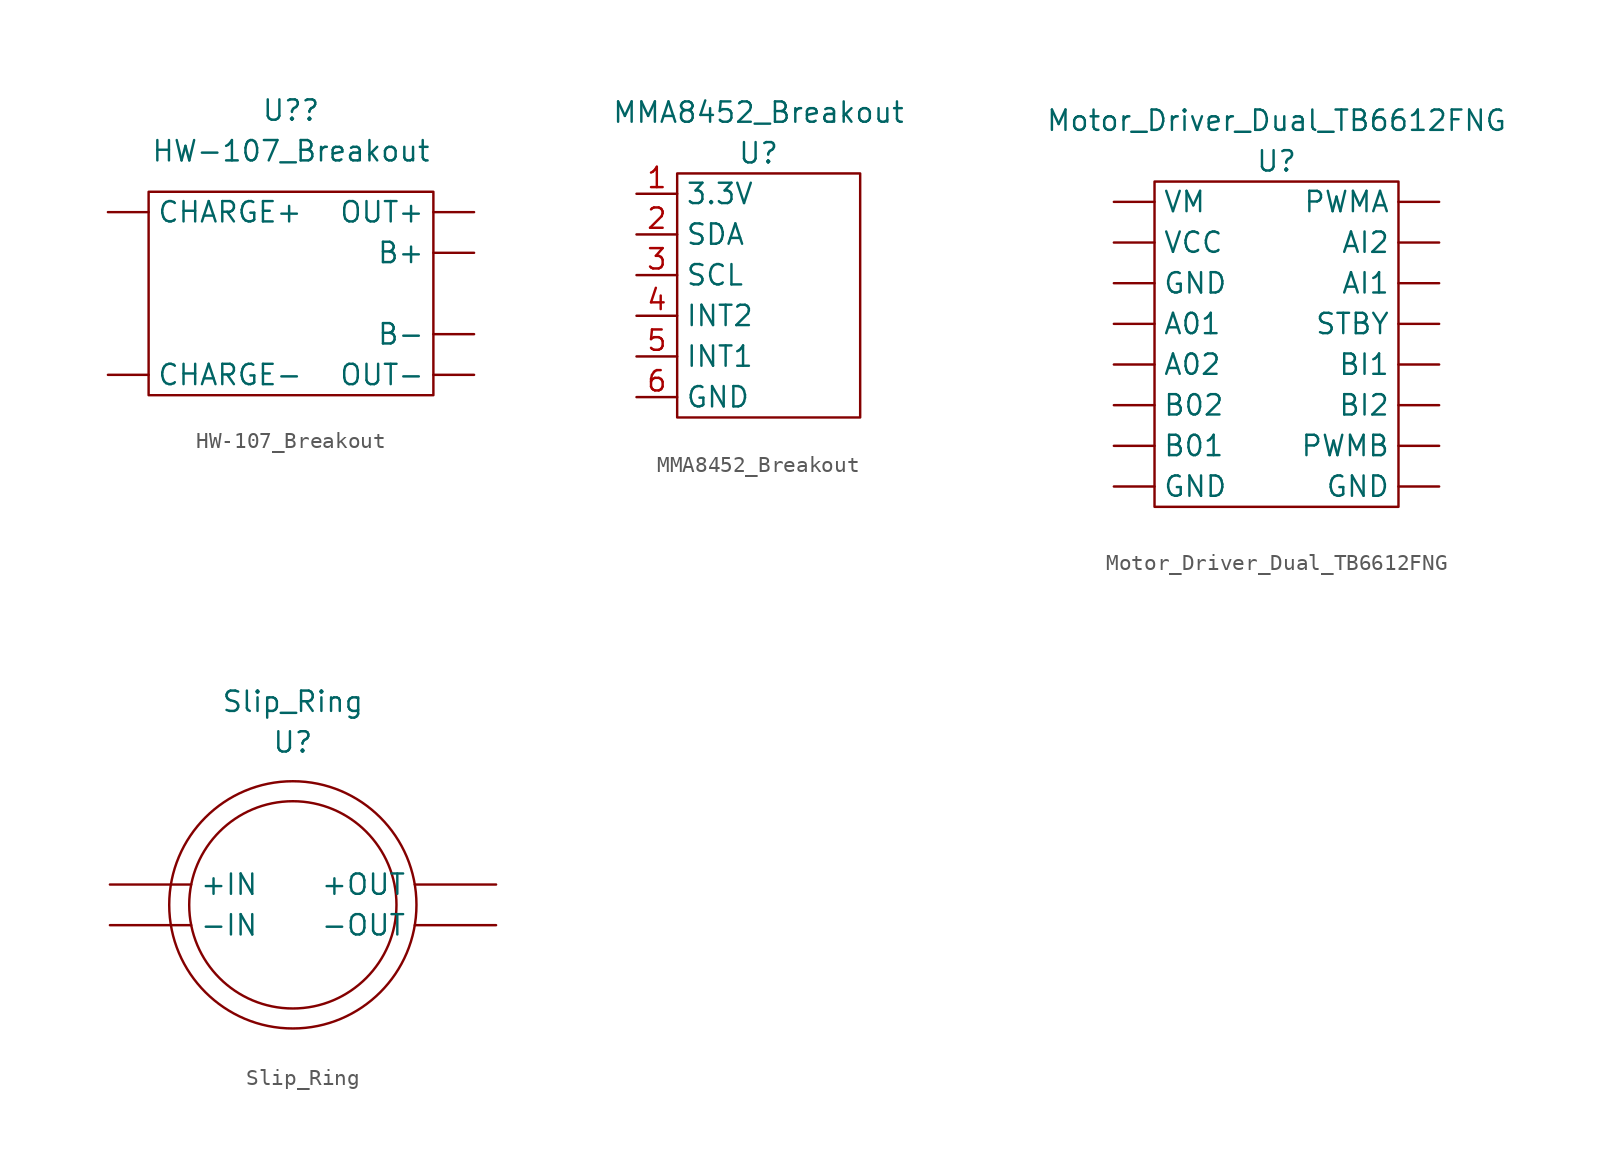
<source format=kicad_sym>
(kicad_symbol_lib
  (version 20211014)
  (generator kicad_symbol_editor)
  (symbol "HW-107_Breakout"
    (property "Reference" "U?"
      (at 0 11.43 0)
      (effects (font (size 1.27 1.27))))
    (property "Value" "HW-107_Breakout"
      (at 0 8.89 0)
      (effects (font (size 1.27 1.27))))
    (symbol "HW-107_Breakout_0_1"
      (rectangle (start -8.89 6.35) (end 8.89 -6.35) (stroke (width 0) (type default) (color 0 0 0 0)) (fill (type none))))
    (symbol "HW-107_Breakout_1_1"
      (pin input line (at 11.43 2.54 180) (length 2.54) (name "B+" (effects (font (size 1.27 1.27)))) (number "" (effects (font (size 1.27 1.27)))))
      (pin input line (at 11.43 -2.54 180) (length 2.54) (name "B-" (effects (font (size 1.27 1.27)))) (number "" (effects (font (size 1.27 1.27)))))
      (pin input line (at -11.43 5.08 0) (length 2.54) (name "CHARGE+" (effects (font (size 1.27 1.27)))) (number "" (effects (font (size 1.27 1.27)))))
      (pin input line (at -11.43 -5.08 0) (length 2.54) (name "CHARGE-" (effects (font (size 1.27 1.27)))) (number "" (effects (font (size 1.27 1.27)))))
      (pin output line (at 11.43 5.08 180) (length 2.54) (name "OUT+" (effects (font (size 1.27 1.27)))) (number "" (effects (font (size 1.27 1.27)))))
      (pin output line (at 11.43 -5.08 180) (length 2.54) (name "OUT-" (effects (font (size 1.27 1.27)))) (number "" (effects (font (size 1.27 1.27)))))))
  (symbol "MMA8452_Breakout"
    (property "Reference" "U"
      (at 7.62 16.51 0)
      (effects (font (size 1.27 1.27))))
    (property "Value" "MMA8452_Breakout"
      (at 7.62 19.05 0)
      (effects (font (size 1.27 1.27))))
    (symbol "MMA8452_Breakout_0_1"
      (rectangle (start 2.54 15.24) (end 13.97 0) (stroke (width 0) (type default) (color 0 0 0 0)) (fill (type none))))
    (symbol "MMA8452_Breakout_1_1"
      (pin power_in line (at 0 13.97 0) (length 2.54) (name "3.3V" (effects (font (size 1.27 1.27)))) (number "1" (effects (font (size 1.27 1.27)))))
      (pin input line (at 0 11.43 0) (length 2.54) (name "SDA" (effects (font (size 1.27 1.27)))) (number "2" (effects (font (size 1.27 1.27)))))
      (pin input line (at 0 8.89 0) (length 2.54) (name "SCL" (effects (font (size 1.27 1.27)))) (number "3" (effects (font (size 1.27 1.27)))))
      (pin input line (at 0 6.35 0) (length 2.54) (name "INT2" (effects (font (size 1.27 1.27)))) (number "4" (effects (font (size 1.27 1.27)))))
      (pin input line (at 0 3.81 0) (length 2.54) (name "INT1" (effects (font (size 1.27 1.27)))) (number "5" (effects (font (size 1.27 1.27)))))
      (pin input line (at 0 1.27 0) (length 2.54) (name "GND" (effects (font (size 1.27 1.27)))) (number "6" (effects (font (size 1.27 1.27)))))))
  (symbol "Motor_Driver_Dual_TB6612FNG"
    (property "Reference" "U"
      (at 0 10.16 0)
      (effects (font (size 1.27 1.27))))
    (property "Value" "Motor_Driver_Dual_TB6612FNG"
      (at 0 12.7 0)
      (effects (font (size 1.27 1.27))))
    (symbol "Motor_Driver_Dual_TB6612FNG_0_1"
      (rectangle (start -7.62 8.89) (end 7.62 -11.43) (stroke (width 0) (type default) (color 0 0 0 0)) (fill (type none))))
    (symbol "Motor_Driver_Dual_TB6612FNG_1_1"
      (pin input line (at -10.16 0 0) (length 2.54) (name "A01" (effects (font (size 1.27 1.27)))) (number "" (effects (font (size 1.27 1.27)))))
      (pin input line (at -10.16 -2.54 0) (length 2.54) (name "A02" (effects (font (size 1.27 1.27)))) (number "" (effects (font (size 1.27 1.27)))))
      (pin input line (at 10.16 2.54 180) (length 2.54) (name "AI1" (effects (font (size 1.27 1.27)))) (number "" (effects (font (size 1.27 1.27)))))
      (pin input line (at 10.16 5.08 180) (length 2.54) (name "AI2" (effects (font (size 1.27 1.27)))) (number "" (effects (font (size 1.27 1.27)))))
      (pin input line (at -10.16 -7.62 0) (length 2.54) (name "B01" (effects (font (size 1.27 1.27)))) (number "" (effects (font (size 1.27 1.27)))))
      (pin input line (at -10.16 -5.08 0) (length 2.54) (name "B02" (effects (font (size 1.27 1.27)))) (number "" (effects (font (size 1.27 1.27)))))
      (pin input line (at 10.16 -2.54 180) (length 2.54) (name "BI1" (effects (font (size 1.27 1.27)))) (number "" (effects (font (size 1.27 1.27)))))
      (pin input line (at 10.16 -5.08 180) (length 2.54) (name "BI2" (effects (font (size 1.27 1.27)))) (number "" (effects (font (size 1.27 1.27)))))
      (pin input line (at -10.16 -10.16 0) (length 2.54) (name "GND" (effects (font (size 1.27 1.27)))) (number "" (effects (font (size 1.27 1.27)))))
      (pin input line (at -10.16 2.54 0) (length 2.54) (name "GND" (effects (font (size 1.27 1.27)))) (number "" (effects (font (size 1.27 1.27)))))
      (pin input line (at 10.16 -10.16 180) (length 2.54) (name "GND" (effects (font (size 1.27 1.27)))) (number "" (effects (font (size 1.27 1.27)))))
      (pin input line (at 10.16 7.62 180) (length 2.54) (name "PWMA" (effects (font (size 1.27 1.27)))) (number "" (effects (font (size 1.27 1.27)))))
      (pin input line (at 10.16 -7.62 180) (length 2.54) (name "PWMB" (effects (font (size 1.27 1.27)))) (number "" (effects (font (size 1.27 1.27)))))
      (pin input line (at 10.16 0 180) (length 2.54) (name "STBY" (effects (font (size 1.27 1.27)))) (number "" (effects (font (size 1.27 1.27)))))
      (pin input line (at -10.16 5.08 0) (length 2.54) (name "VCC" (effects (font (size 1.27 1.27)))) (number "" (effects (font (size 1.27 1.27)))))
      (pin input line (at -10.16 7.62 0) (length 2.54) (name "VM" (effects (font (size 1.27 1.27)))) (number "" (effects (font (size 1.27 1.27)))))))
  (symbol "Slip_Ring"
    (property "Reference" "U"
      (at 0 10.16 0)
      (effects (font (size 1.27 1.27))))
    (property "Value" "Slip_Ring"
      (at 0 12.7 0)
      (effects (font (size 1.27 1.27))))
    (symbol "Slip_Ring_0_1"
      (circle (center 0 0) (radius 6.476) (stroke (width 0) (type default) (color 0 0 0 0)) (fill (type none)))
      (circle (center 0 0) (radius 7.725) (stroke (width 0) (type default) (color 0 0 0 0)) (fill (type none))))
    (symbol "Slip_Ring_1_1"
      (pin input line (at -11.43 1.27 0) (length 5.08) (name "+IN" (effects (font (size 1.27 1.27)))) (number "" (effects (font (size 1.27 1.27)))))
      (pin input line (at 12.7 1.27 180) (length 5.08) (name "+OUT" (effects (font (size 1.27 1.27)))) (number "" (effects (font (size 1.27 1.27)))))
      (pin input line (at -11.43 -1.27 0) (length 5.08) (name "-IN" (effects (font (size 1.27 1.27)))) (number "" (effects (font (size 1.27 1.27)))))
      (pin output line (at 12.7 -1.27 180) (length 5.08) (name "-OUT" (effects (font (size 1.27 1.27)))) (number "" (effects (font (size 1.27 1.27))))))))
</source>
